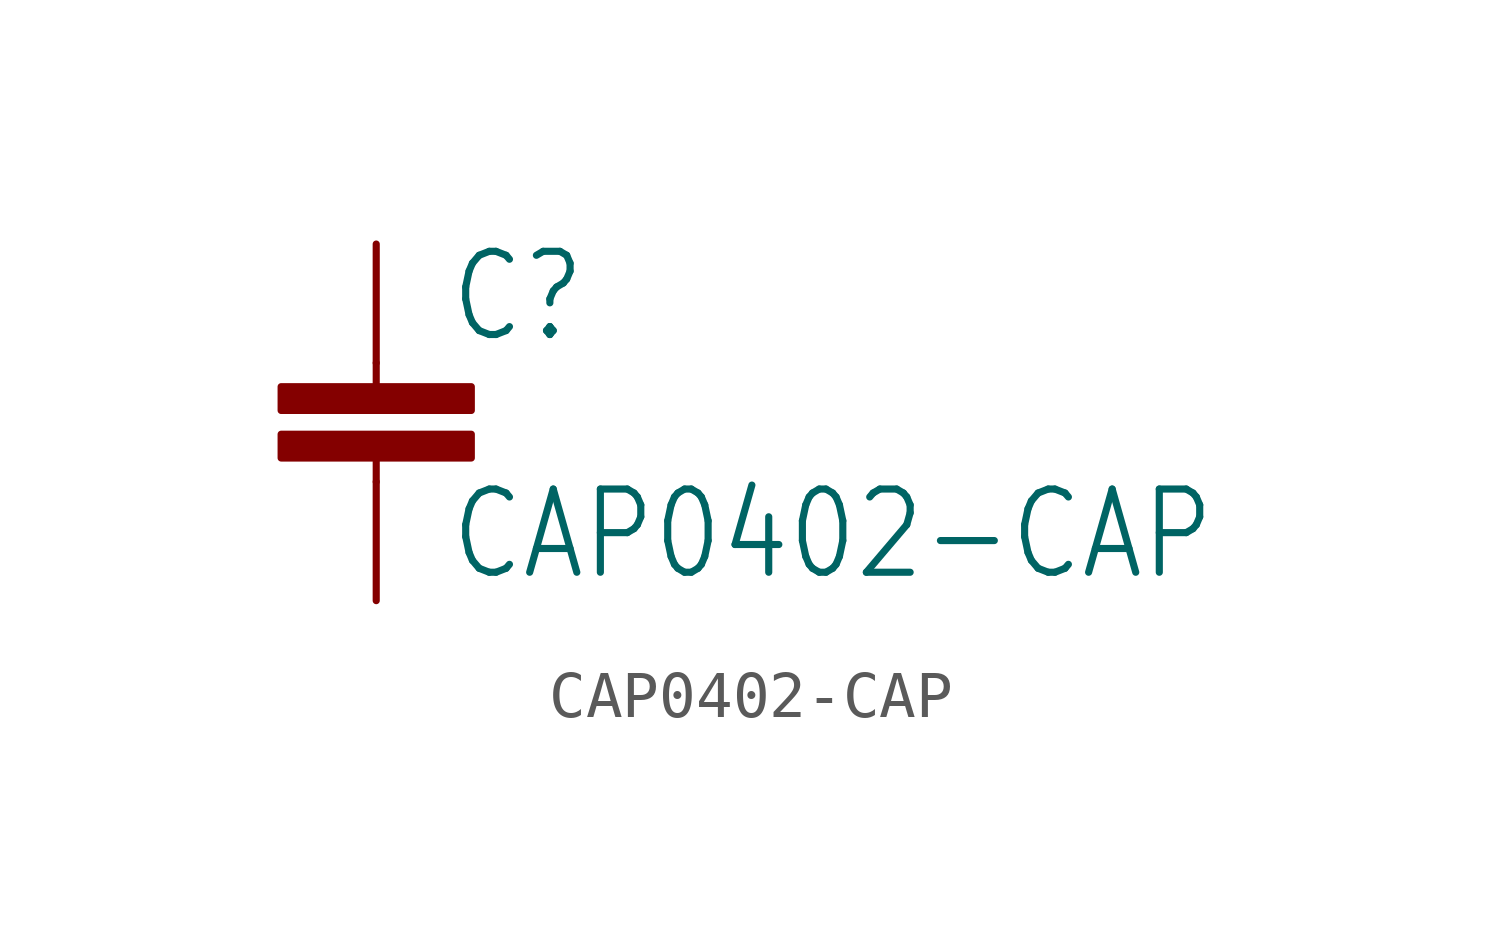
<source format=kicad_sym>
(kicad_symbol_lib
  (version 20220914)
  (generator kicad_symbol_editor)
  (symbol "CAP0402-CAP"
    (property "Reference" "C"
      (at 1.524 2.921 0)
      (effects (font (size 1.778 1.511)) (justify left bottom)))
    (property "Value" "CAP0402-CAP"
      (at 1.524 -2.159 0)
      (effects (font (size 1.778 1.511)) (justify left bottom)))
    (property "ki_locked" ""
      (at 0 0 0)
      (effects (font (size 1.27 1.27))))
    (symbol "CAP0402-CAP_1_0"
      (rectangle (start -2.032 0.508) (end 2.032 1.016) (stroke (width 0) (type default)) (fill (type outline)))
      (rectangle (start -2.032 1.524) (end 2.032 2.032) (stroke (width 0) (type default)) (fill (type outline)))
      (polyline (pts (xy 0 0) (xy 0 0.508)) (stroke (width 0.152) (type default)) (fill (type none)))
      (polyline (pts (xy 0 2.54) (xy 0 2.032)) (stroke (width 0.152) (type default)) (fill (type none)))
      (pin passive line (at 0 5.08 270) (length 2.54) (name "1" (effects (font (size 0 0)))) (number "1" (effects (font (size 0 0)))))
      (pin passive line (at 0 -2.54 90) (length 2.54) (name "2" (effects (font (size 0 0)))) (number "2" (effects (font (size 0 0))))))))
</source>
